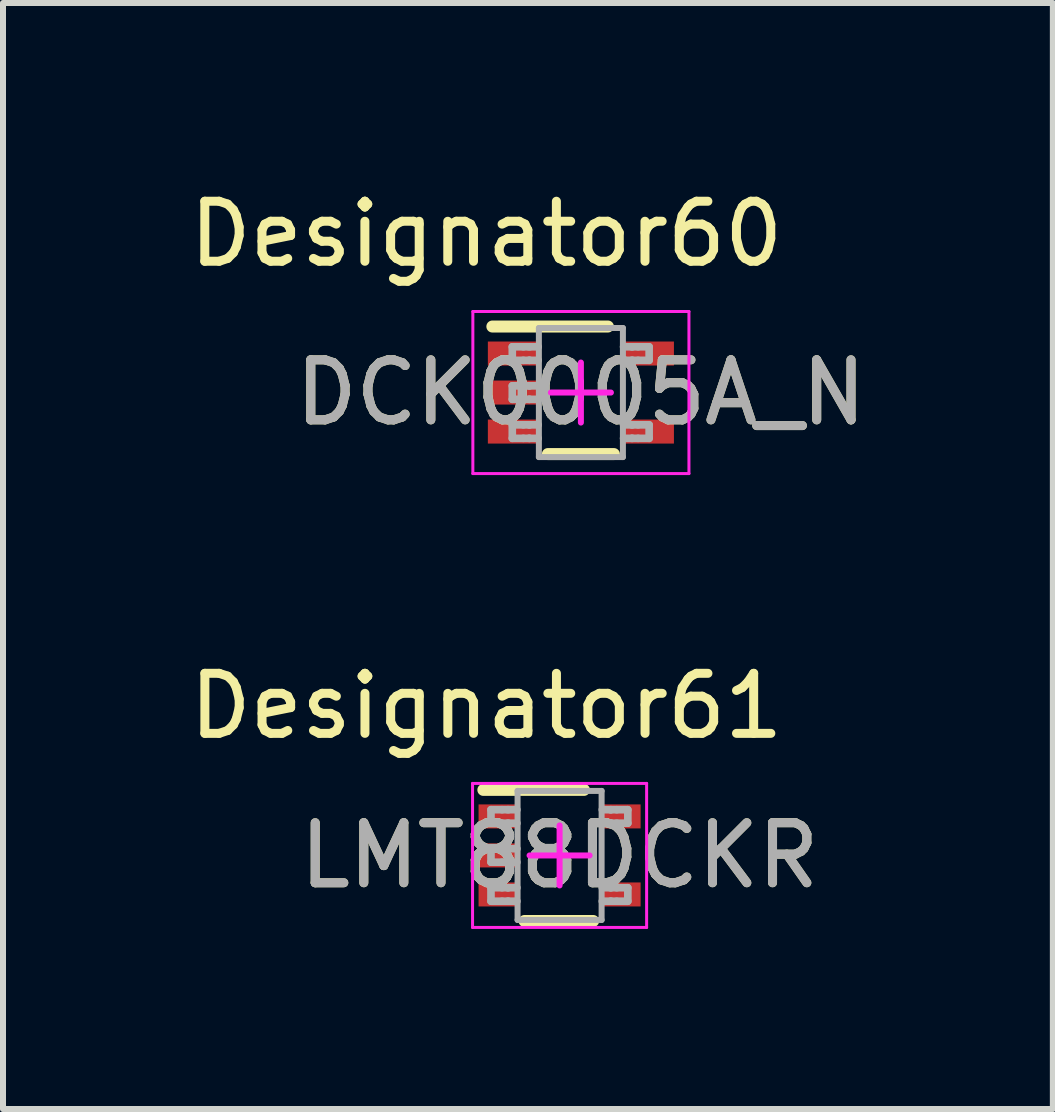
<source format=kicad_pcb>
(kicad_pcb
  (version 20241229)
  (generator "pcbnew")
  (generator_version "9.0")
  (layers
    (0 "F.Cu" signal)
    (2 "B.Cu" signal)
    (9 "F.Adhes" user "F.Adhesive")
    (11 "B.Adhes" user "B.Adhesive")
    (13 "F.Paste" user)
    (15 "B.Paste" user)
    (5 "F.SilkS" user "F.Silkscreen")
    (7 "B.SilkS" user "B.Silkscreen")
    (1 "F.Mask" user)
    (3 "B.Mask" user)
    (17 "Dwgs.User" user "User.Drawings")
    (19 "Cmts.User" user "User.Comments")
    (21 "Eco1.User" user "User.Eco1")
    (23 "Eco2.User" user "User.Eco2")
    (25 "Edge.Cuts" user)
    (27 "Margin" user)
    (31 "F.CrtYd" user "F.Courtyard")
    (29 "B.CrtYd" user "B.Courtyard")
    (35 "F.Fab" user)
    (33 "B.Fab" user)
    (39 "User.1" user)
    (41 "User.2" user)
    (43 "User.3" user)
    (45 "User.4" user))
  (footprint "DCK0005A_N"
    (layer "F.Cu")
    (at 6.628 3.49)
    (property "Reference" "DCK0005A_N" (at 0 0 0) (unlocked yes) (layer "F.SilkS") (effects (font (size 1 1) (thickness 0.15))))
    (attr smd)
    (fp_line (start -1.475 -1.1) (end 0.45 -1.1) (stroke (width 0.2) (type solid)) (layer "F.SilkS"))
    (fp_line (start -0.55 1.025) (end 0.55 1.025) (stroke (width 0.2) (type solid)) (layer "F.SilkS"))
    (fp_line (start -1.8 -1.35) (end 1.8 -1.35) (stroke (width 0.05) (type solid)) (layer "F.CrtYd"))
    (fp_line (start -1.8 1.35) (end -1.8 -1.35) (stroke (width 0.05) (type solid)) (layer "F.CrtYd"))
    (fp_line (start -1.8 1.35) (end 1.8 1.35) (stroke (width 0.05) (type solid)) (layer "F.CrtYd"))
    (fp_line (start -0.5 0) (end 0.5 0) (stroke (width 0.1) (type solid)) (layer "F.CrtYd"))
    (fp_line (start 0 0.5) (end 0 -0.5) (stroke (width 0.1) (type solid)) (layer "F.CrtYd"))
    (fp_line (start 1.8 1.35) (end 1.8 -1.35) (stroke (width 0.05) (type solid)) (layer "F.CrtYd"))
    (fp_line (start -1.143 -0.762) (end -0.959 -0.762) (stroke (width 0.127) (type solid)) (layer "F.Fab"))
    (fp_line (start -1.143 -0.537) (end -1.143 -0.762) (stroke (width 0.127) (type solid)) (layer "F.Fab"))
    (fp_line (start -1.143 -0.537) (end -0.959 -0.537) (stroke (width 0.127) (type solid)) (layer "F.Fab"))
    (fp_line (start -1.143 -0.112) (end -0.959 -0.112) (stroke (width 0.127) (type solid)) (layer "F.Fab"))
    (fp_line (start -1.143 0.113) (end -1.143 -0.112) (stroke (width 0.127) (type solid)) (layer "F.Fab"))
    (fp_line (start -1.143 0.113) (end -0.959 0.113) (stroke (width 0.127) (type solid)) (layer "F.Fab"))
    (fp_line (start -1.143 0.538) (end -0.959 0.538) (stroke (width 0.127) (type solid)) (layer "F.Fab"))
    (fp_line (start -1.143 0.763) (end -1.143 0.538) (stroke (width 0.127) (type solid)) (layer "F.Fab"))
    (fp_line (start -1.143 0.763) (end -0.959 0.763) (stroke (width 0.127) (type solid)) (layer "F.Fab"))
    (fp_line (start -0.959 -0.762) (end -0.711 -0.762) (stroke (width 0.127) (type solid)) (layer "F.Fab"))
    (fp_line (start -0.959 -0.537) (end -0.865 -0.537) (stroke (width 0.127) (type solid)) (layer "F.Fab"))
    (fp_line (start -0.959 -0.112) (end -0.865 -0.112) (stroke (width 0.127) (type solid)) (layer "F.Fab"))
    (fp_line (start -0.959 0.113) (end -0.865 0.113) (stroke (width 0.127) (type solid)) (layer "F.Fab"))
    (fp_line (start -0.959 0.538) (end -0.865 0.538) (stroke (width 0.127) (type solid)) (layer "F.Fab"))
    (fp_line (start -0.959 0.763) (end -0.865 0.763) (stroke (width 0.127) (type solid)) (layer "F.Fab"))
    (fp_line (start -0.865 -0.762) (end -0.853 -0.762) (stroke (width 0.127) (type solid)) (layer "F.Fab"))
    (fp_line (start -0.865 -0.537) (end -0.853 -0.537) (stroke (width 0.127) (type solid)) (layer "F.Fab"))
    (fp_line (start -0.865 -0.112) (end -0.853 -0.112) (stroke (width 0.127) (type solid)) (layer "F.Fab"))
    (fp_line (start -0.865 0.113) (end -0.853 0.113) (stroke (width 0.127) (type solid)) (layer "F.Fab"))
    (fp_line (start -0.865 0.538) (end -0.853 0.538) (stroke (width 0.127) (type solid)) (layer "F.Fab"))
    (fp_line (start -0.865 0.763) (end -0.853 0.763) (stroke (width 0.127) (type solid)) (layer "F.Fab"))
    (fp_line (start -0.853 -0.537) (end -0.711 -0.537) (stroke (width 0.127) (type solid)) (layer "F.Fab"))
    (fp_line (start -0.853 -0.112) (end -0.711 -0.112) (stroke (width 0.127) (type solid)) (layer "F.Fab"))
    (fp_line (start -0.853 0.113) (end -0.711 0.113) (stroke (width 0.127) (type solid)) (layer "F.Fab"))
    (fp_line (start -0.853 0.538) (end -0.711 0.538) (stroke (width 0.127) (type solid)) (layer "F.Fab"))
    (fp_line (start -0.853 0.763) (end -0.711 0.763) (stroke (width 0.127) (type solid)) (layer "F.Fab"))
    (fp_line (start -0.7 -1.075) (end 0.7 -1.075) (stroke (width 0.1) (type solid)) (layer "F.Fab"))
    (fp_line (start -0.7 1.075) (end -0.7 -1.075) (stroke (width 0.1) (type solid)) (layer "F.Fab"))
    (fp_line (start -0.7 1.075) (end 0.7 1.075) (stroke (width 0.1) (type solid)) (layer "F.Fab"))
    (fp_line (start 0.7 1.075) (end 0.7 -1.075) (stroke (width 0.1) (type solid)) (layer "F.Fab"))
    (fp_line (start 0.711 -0.762) (end 0.847 -0.762) (stroke (width 0.127) (type solid)) (layer "F.Fab"))
    (fp_line (start 0.711 -0.537) (end 0.847 -0.537) (stroke (width 0.127) (type solid)) (layer "F.Fab"))
    (fp_line (start 0.711 0.538) (end 0.847 0.538) (stroke (width 0.127) (type solid)) (layer "F.Fab"))
    (fp_line (start 0.711 0.763) (end 0.847 0.763) (stroke (width 0.127) (type solid)) (layer "F.Fab"))
    (fp_line (start 0.847 -0.762) (end 0.859 -0.762) (stroke (width 0.127) (type solid)) (layer "F.Fab"))
    (fp_line (start 0.847 -0.537) (end 0.859 -0.537) (stroke (width 0.127) (type solid)) (layer "F.Fab"))
    (fp_line (start 0.847 0.538) (end 0.859 0.538) (stroke (width 0.127) (type solid)) (layer "F.Fab"))
    (fp_line (start 0.847 0.763) (end 0.859 0.763) (stroke (width 0.127) (type solid)) (layer "F.Fab"))
    (fp_line (start 0.859 -0.762) (end 0.953 -0.762) (stroke (width 0.127) (type solid)) (layer "F.Fab"))
    (fp_line (start 0.859 -0.537) (end 0.953 -0.537) (stroke (width 0.127) (type solid)) (layer "F.Fab"))
    (fp_line (start 0.859 0.538) (end 0.953 0.538) (stroke (width 0.127) (type solid)) (layer "F.Fab"))
    (fp_line (start 0.859 0.763) (end 0.953 0.763) (stroke (width 0.127) (type solid)) (layer "F.Fab"))
    (fp_line (start 0.953 -0.762) (end 1.137 -0.762) (stroke (width 0.127) (type solid)) (layer "F.Fab"))
    (fp_line (start 0.953 -0.537) (end 1.137 -0.537) (stroke (width 0.127) (type solid)) (layer "F.Fab"))
    (fp_line (start 0.953 0.538) (end 1.137 0.538) (stroke (width 0.127) (type solid)) (layer "F.Fab"))
    (fp_line (start 0.953 0.763) (end 1.137 0.763) (stroke (width 0.127) (type solid)) (layer "F.Fab"))
    (fp_line (start 1.137 -0.537) (end 1.137 -0.762) (stroke (width 0.127) (type solid)) (layer "F.Fab"))
    (fp_line (start 1.137 0.763) (end 1.137 0.538) (stroke (width 0.127) (type solid)) (layer "F.Fab"))
    (fp_text user "Designator60" (at -1.575 -2.642 0) (unlocked yes) (layer "F.SilkS") (effects (font (size 1 1) (thickness 0.15))))
    (fp_text user "${REFERENCE}" (at 0 0 0) (unlocked yes) (layer "F.Fab") (effects (font (size 1 1) (thickness 0.15))))
    (pad "1" smd rect (at -1.125 -0.65 90) (size 0.4 0.85) (layers "F.Cu" "F.Mask" "F.Paste"))
    (pad "2" smd rect (at -1.125 0 90) (size 0.4 0.85) (layers "F.Cu" "F.Mask" "F.Paste"))
    (pad "3" smd rect (at -1.125 0.65 90) (size 0.4 0.85) (layers "F.Cu" "F.Mask" "F.Paste"))
    (pad "4" smd rect (at 1.125 0.65 90) (size 0.4 0.85) (layers "F.Cu" "F.Mask" "F.Paste"))
    (pad "5" smd rect (at 1.125 -0.65 90) (size 0.4 0.85) (layers "F.Cu" "F.Mask" "F.Paste")))
  (footprint "LMT88DCKR"
    (layer "F.Cu")
    (at 6.273 11.202)
    (property "Reference" "LMT88DCKR" (at 0 0 0) (unlocked yes) (layer "F.SilkS") (effects (font (size 1 1) (thickness 0.15))))
    (attr smd)
    (fp_line (start -1.27 -1.092) (end 0.406 -1.092) (stroke (width 0.2) (type solid)) (layer "F.SilkS"))
    (fp_line (start -0.584 1.092) (end 0.559 1.092) (stroke (width 0.2) (type solid)) (layer "F.SilkS"))
    (fp_line (start -1.45 -1.2) (end 1.45 -1.2) (stroke (width 0.05) (type solid)) (layer "F.CrtYd"))
    (fp_line (start -1.45 1.2) (end -1.45 -1.2) (stroke (width 0.05) (type solid)) (layer "F.CrtYd"))
    (fp_line (start -1.45 1.2) (end 1.45 1.2) (stroke (width 0.05) (type solid)) (layer "F.CrtYd"))
    (fp_line (start -0.5 0) (end 0.5 0) (stroke (width 0.1) (type solid)) (layer "F.CrtYd"))
    (fp_line (start -0.000003 0.5) (end -0.000003 -0.5) (stroke (width 0.1) (type solid)) (layer "F.CrtYd"))
    (fp_line (start 1.45 1.2) (end 1.45 -1.2) (stroke (width 0.05) (type solid)) (layer "F.CrtYd"))
    (fp_line (start -1.143 -0.762) (end -0.959 -0.762) (stroke (width 0.127) (type solid)) (layer "F.Fab"))
    (fp_line (start -1.143 -0.537) (end -1.143 -0.762) (stroke (width 0.127) (type solid)) (layer "F.Fab"))
    (fp_line (start -1.143 -0.537) (end -0.959 -0.537) (stroke (width 0.127) (type solid)) (layer "F.Fab"))
    (fp_line (start -1.143 -0.112) (end -0.959 -0.112) (stroke (width 0.127) (type solid)) (layer "F.Fab"))
    (fp_line (start -1.143 0.113) (end -1.143 -0.112) (stroke (width 0.127) (type solid)) (layer "F.Fab"))
    (fp_line (start -1.143 0.113) (end -0.959 0.113) (stroke (width 0.127) (type solid)) (layer "F.Fab"))
    (fp_line (start -1.143 0.538) (end -0.959 0.538) (stroke (width 0.127) (type solid)) (layer "F.Fab"))
    (fp_line (start -1.143 0.763) (end -1.143 0.538) (stroke (width 0.127) (type solid)) (layer "F.Fab"))
    (fp_line (start -1.143 0.763) (end -0.959 0.763) (stroke (width 0.127) (type solid)) (layer "F.Fab"))
    (fp_line (start -0.959 -0.762) (end -0.711 -0.762) (stroke (width 0.127) (type solid)) (layer "F.Fab"))
    (fp_line (start -0.959 -0.537) (end -0.865 -0.537) (stroke (width 0.127) (type solid)) (layer "F.Fab"))
    (fp_line (start -0.959 -0.112) (end -0.865 -0.112) (stroke (width 0.127) (type solid)) (layer "F.Fab"))
    (fp_line (start -0.959 0.113) (end -0.865 0.113) (stroke (width 0.127) (type solid)) (layer "F.Fab"))
    (fp_line (start -0.959 0.538) (end -0.865 0.538) (stroke (width 0.127) (type solid)) (layer "F.Fab"))
    (fp_line (start -0.959 0.763) (end -0.865 0.763) (stroke (width 0.127) (type solid)) (layer "F.Fab"))
    (fp_line (start -0.865 -0.762) (end -0.853 -0.762) (stroke (width 0.127) (type solid)) (layer "F.Fab"))
    (fp_line (start -0.865 -0.537) (end -0.853 -0.537) (stroke (width 0.127) (type solid)) (layer "F.Fab"))
    (fp_line (start -0.865 -0.112) (end -0.853 -0.112) (stroke (width 0.127) (type solid)) (layer "F.Fab"))
    (fp_line (start -0.865 0.113) (end -0.853 0.113) (stroke (width 0.127) (type solid)) (layer "F.Fab"))
    (fp_line (start -0.865 0.538) (end -0.853 0.538) (stroke (width 0.127) (type solid)) (layer "F.Fab"))
    (fp_line (start -0.865 0.763) (end -0.853 0.763) (stroke (width 0.127) (type solid)) (layer "F.Fab"))
    (fp_line (start -0.853 -0.537) (end -0.711 -0.537) (stroke (width 0.127) (type solid)) (layer "F.Fab"))
    (fp_line (start -0.853 -0.112) (end -0.711 -0.112) (stroke (width 0.127) (type solid)) (layer "F.Fab"))
    (fp_line (start -0.853 0.113) (end -0.711 0.113) (stroke (width 0.127) (type solid)) (layer "F.Fab"))
    (fp_line (start -0.853 0.538) (end -0.711 0.538) (stroke (width 0.127) (type solid)) (layer "F.Fab"))
    (fp_line (start -0.853 0.763) (end -0.711 0.763) (stroke (width 0.127) (type solid)) (layer "F.Fab"))
    (fp_line (start -0.7 -1.075) (end 0.7 -1.075) (stroke (width 0.1) (type solid)) (layer "F.Fab"))
    (fp_line (start -0.7 1.075) (end -0.7 -1.075) (stroke (width 0.1) (type solid)) (layer "F.Fab"))
    (fp_line (start -0.7 1.075) (end 0.7 1.075) (stroke (width 0.1) (type solid)) (layer "F.Fab"))
    (fp_line (start 0.7 1.075) (end 0.7 -1.075) (stroke (width 0.1) (type solid)) (layer "F.Fab"))
    (fp_line (start 0.711 -0.762) (end 0.847 -0.762) (stroke (width 0.127) (type solid)) (layer "F.Fab"))
    (fp_line (start 0.711 -0.537) (end 0.847 -0.537) (stroke (width 0.127) (type solid)) (layer "F.Fab"))
    (fp_line (start 0.711 0.538) (end 0.847 0.538) (stroke (width 0.127) (type solid)) (layer "F.Fab"))
    (fp_line (start 0.711 0.763) (end 0.847 0.763) (stroke (width 0.127) (type solid)) (layer "F.Fab"))
    (fp_line (start 0.847 -0.762) (end 0.859 -0.762) (stroke (width 0.127) (type solid)) (layer "F.Fab"))
    (fp_line (start 0.847 -0.537) (end 0.859 -0.537) (stroke (width 0.127) (type solid)) (layer "F.Fab"))
    (fp_line (start 0.847 0.538) (end 0.859 0.538) (stroke (width 0.127) (type solid)) (layer "F.Fab"))
    (fp_line (start 0.847 0.763) (end 0.859 0.763) (stroke (width 0.127) (type solid)) (layer "F.Fab"))
    (fp_line (start 0.859 -0.762) (end 0.953 -0.762) (stroke (width 0.127) (type solid)) (layer "F.Fab"))
    (fp_line (start 0.859 -0.537) (end 0.953 -0.537) (stroke (width 0.127) (type solid)) (layer "F.Fab"))
    (fp_line (start 0.859 0.538) (end 0.953 0.538) (stroke (width 0.127) (type solid)) (layer "F.Fab"))
    (fp_line (start 0.859 0.763) (end 0.953 0.763) (stroke (width 0.127) (type solid)) (layer "F.Fab"))
    (fp_line (start 0.953 -0.762) (end 1.137 -0.762) (stroke (width 0.127) (type solid)) (layer "F.Fab"))
    (fp_line (start 0.953 -0.537) (end 1.137 -0.537) (stroke (width 0.127) (type solid)) (layer "F.Fab"))
    (fp_line (start 0.953 0.538) (end 1.137 0.538) (stroke (width 0.127) (type solid)) (layer "F.Fab"))
    (fp_line (start 0.953 0.763) (end 1.137 0.763) (stroke (width 0.127) (type solid)) (layer "F.Fab"))
    (fp_line (start 1.137 -0.537) (end 1.137 -0.762) (stroke (width 0.127) (type solid)) (layer "F.Fab"))
    (fp_line (start 1.137 0.763) (end 1.137 0.538) (stroke (width 0.127) (type solid)) (layer "F.Fab"))
    (fp_text user "Designator61" (at -1.219 -2.489 0) (unlocked yes) (layer "F.SilkS") (effects (font (size 1 1) (thickness 0.15))))
    (fp_text user "${REFERENCE}" (at 0 0 0) (unlocked yes) (layer "F.Fab") (effects (font (size 1 1) (thickness 0.15))))
    (pad "1" smd rect (at -1.025 -0.65 90) (size 0.4 0.65) (layers "F.Cu" "F.Mask" "F.Paste"))
    (pad "2" smd rect (at -1.025 0 90) (size 0.4 0.65) (layers "F.Cu" "F.Mask" "F.Paste"))
    (pad "3" smd rect (at -1.025 0.65 90) (size 0.4 0.65) (layers "F.Cu" "F.Mask" "F.Paste"))
    (pad "4" smd rect (at 1.025 0.65 90) (size 0.4 0.65) (layers "F.Cu" "F.Mask" "F.Paste"))
    (pad "5" smd rect (at 1.025 -0.65 90) (size 0.4 0.65) (layers "F.Cu" "F.Mask" "F.Paste")))
  (gr_rect
    (start -3 -3)
    (end 14.491 15.427)
    (stroke (width 0.1) (type default))
    (fill no)
    (layer "Edge.Cuts")))
</source>
